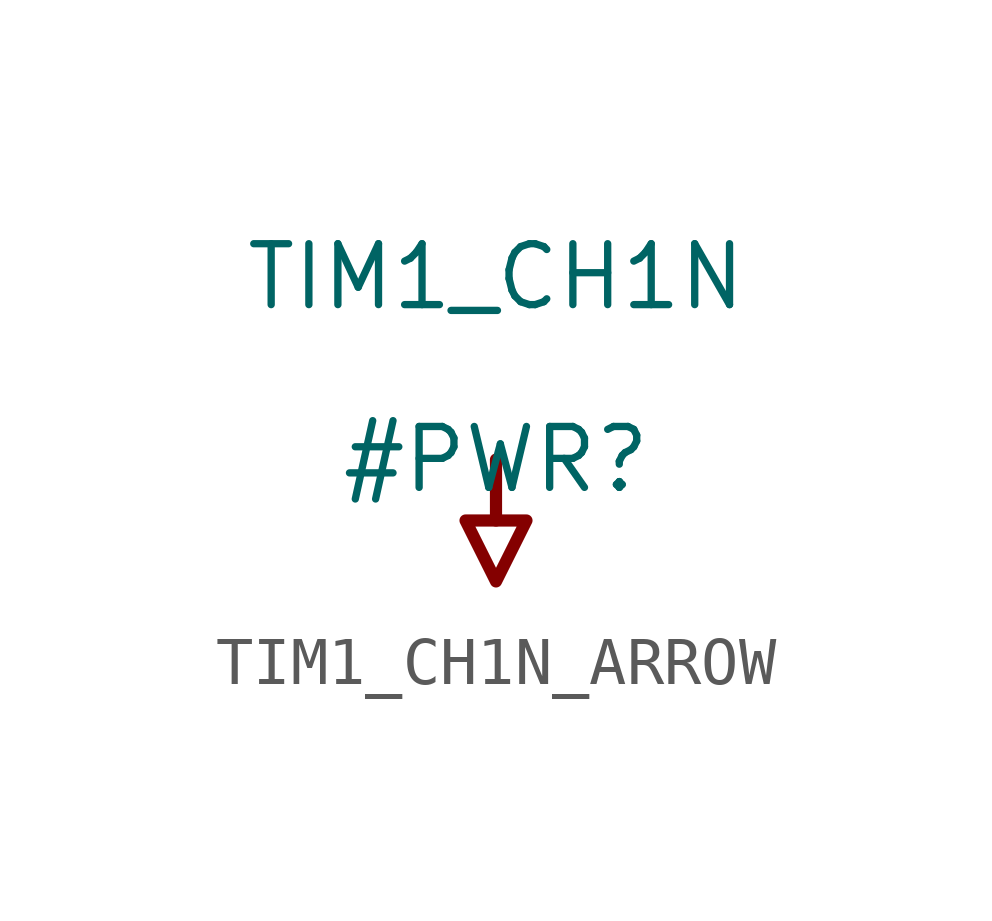
<source format=kicad_sym>
(kicad_symbol_lib
  (version 20231120)
  (generator "kicad_symbol_editor")
  (generator_version "8.0")
  (symbol "TIM1_CH1N_ARROW"
    (power)
    (property "Reference" "#PWR"
      (at 0 0 0)
      (effects (font (size 1.27 1.27))))
    (property "Value" "TIM1_CH1N"
      (at 0 3.81 0)
      (effects (font (size 1.27 1.27))))
    (symbol "TIM1_CH1N_ARROW_0_0"
      (polyline (pts (xy 0 0) (xy 0 -1.27)) (stroke (width 0.254) (type solid)) (fill (type none)))
      (polyline (pts (xy -0.635 -1.27) (xy 0.635 -1.27) (xy 0 -2.54) (xy -0.635 -1.27)) (stroke (width 0.254) (type solid)) (fill (type none)))
      (pin power_in line (at 0 0 0) (length 0) hide (name "TIM1_CH1N" (effects (font (size 1.27 1.27)))) (number "" (effects (font (size 1.27 1.27))))))))
</source>
